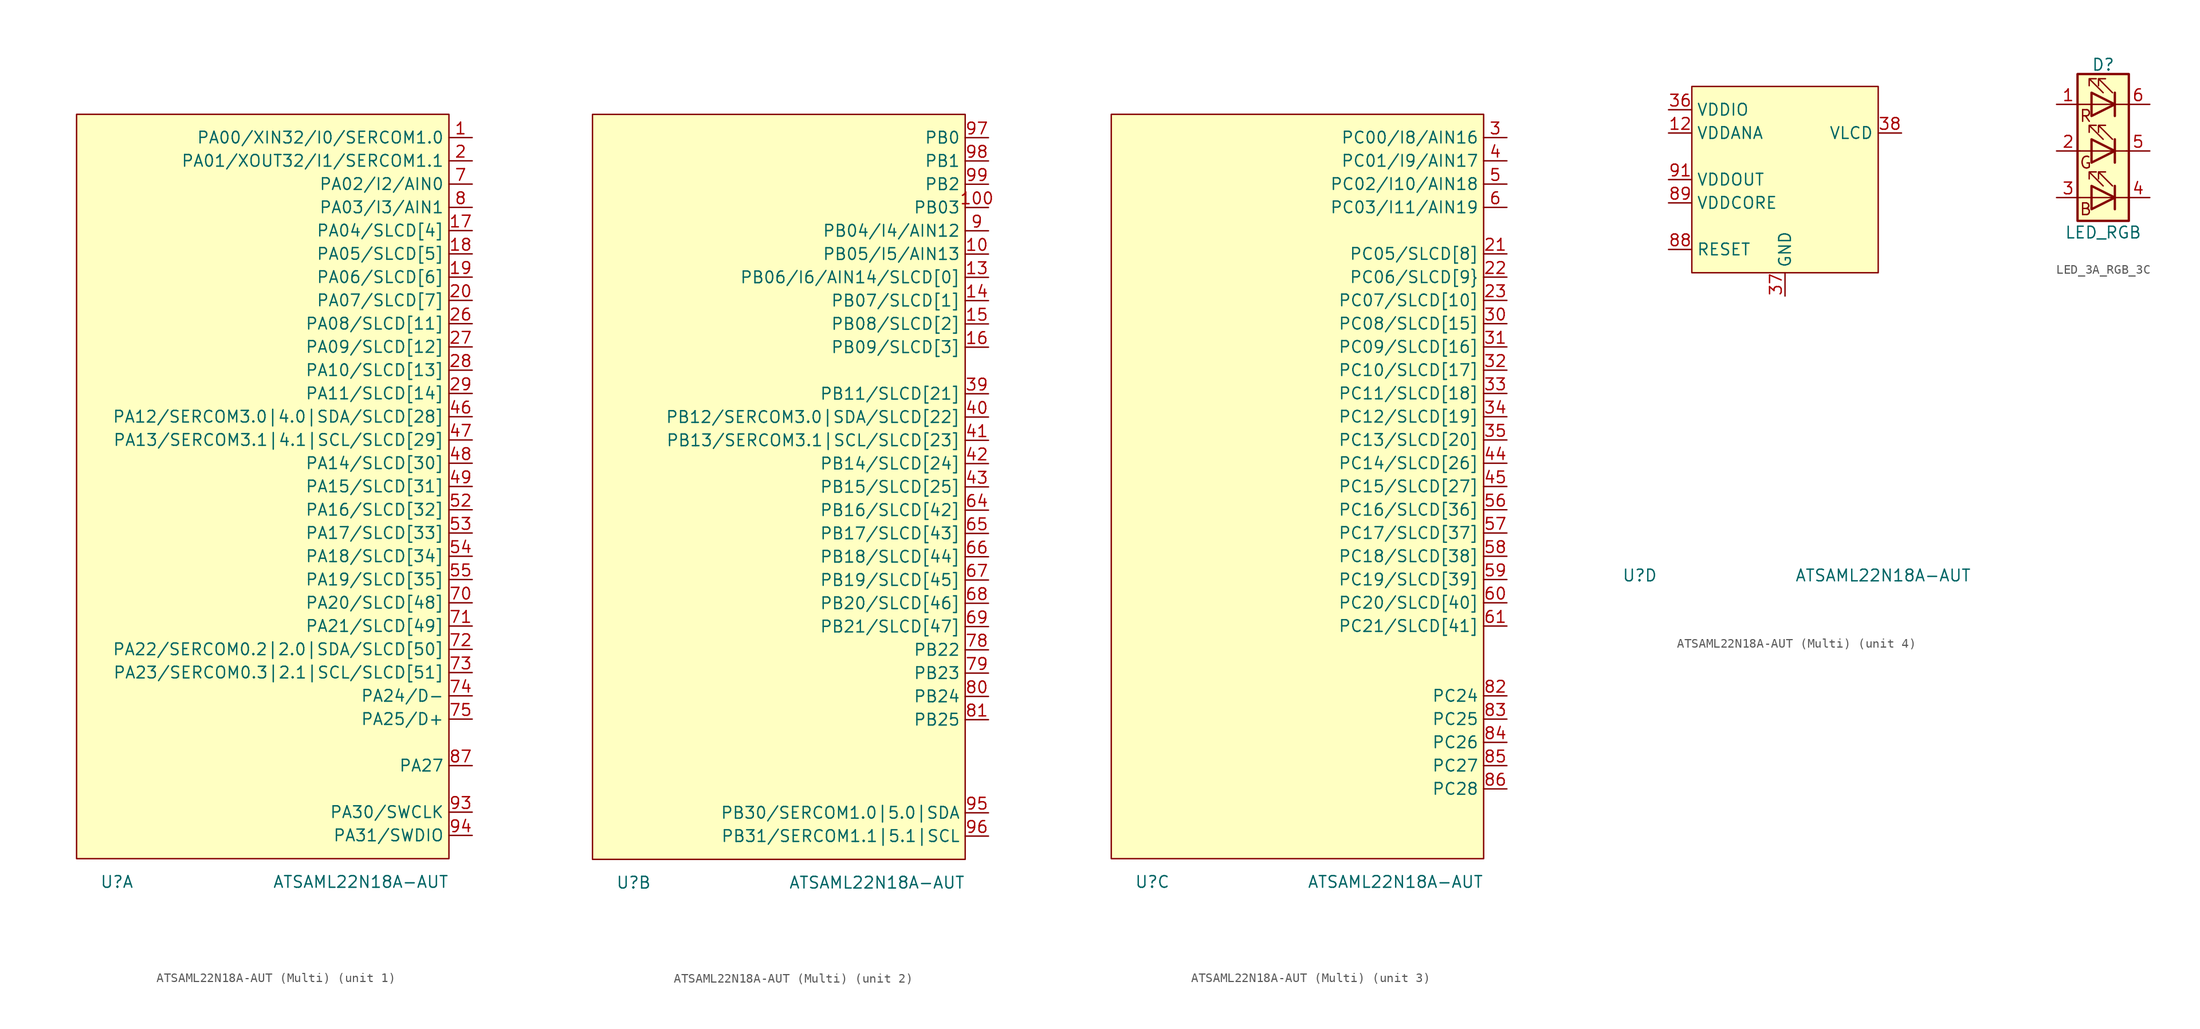
<source format=kicad_sym>
(kicad_symbol_lib
  (version 20220914)
  (generator kicad_symbol_editor)
  (symbol "ATSAML22N18A-AUT (Multi)"
    (property "Reference" "U"
      (at -17.78 -43.18 0)
      (effects (font (size 1.27 1.27)) (justify left)))
    (property "Value" "ATSAML22N18A-AUT"
      (at 20.32 -43.18 0)
      (effects (font (size 1.27 1.27)) (justify right)))
    (property "ki_locked" ""
      (at 0 0 0)
      (effects (font (size 1.27 1.27))))
    (symbol "ATSAML22N18A-AUT (Multi)_1_0"
      (pin bidirectional line (at 22.86 7.62 180) (length 2.54) (name "PA12/SERCOM3.0|4.0|SDA/SLCD[28]" (effects (font (size 1.27 1.27)))) (number "46" (effects (font (size 1.27 1.27)))))
      (pin bidirectional line (at 22.86 5.08 180) (length 2.54) (name "PA13/SERCOM3.1|4.1|SCL/SLCD[29]" (effects (font (size 1.27 1.27)))) (number "47" (effects (font (size 1.27 1.27)))))
      (pin bidirectional line (at 22.86 2.54 180) (length 2.54) (name "PA14/SLCD[30]" (effects (font (size 1.27 1.27)))) (number "48" (effects (font (size 1.27 1.27)))))
      (pin bidirectional line (at 22.86 0 180) (length 2.54) (name "PA15/SLCD[31]" (effects (font (size 1.27 1.27)))) (number "49" (effects (font (size 1.27 1.27)))))
      (pin bidirectional line (at 22.86 -2.54 180) (length 2.54) (name "PA16/SLCD[32]" (effects (font (size 1.27 1.27)))) (number "52" (effects (font (size 1.27 1.27)))))
      (pin bidirectional line (at 22.86 -5.08 180) (length 2.54) (name "PA17/SLCD[33]" (effects (font (size 1.27 1.27)))) (number "53" (effects (font (size 1.27 1.27)))))
      (pin bidirectional line (at 22.86 -7.62 180) (length 2.54) (name "PA18/SLCD[34]" (effects (font (size 1.27 1.27)))) (number "54" (effects (font (size 1.27 1.27)))))
      (pin bidirectional line (at 22.86 -10.16 180) (length 2.54) (name "PA19/SLCD[35]" (effects (font (size 1.27 1.27)))) (number "55" (effects (font (size 1.27 1.27)))))
      (pin bidirectional line (at 22.86 -12.7 180) (length 2.54) (name "PA20/SLCD[48]" (effects (font (size 1.27 1.27)))) (number "70" (effects (font (size 1.27 1.27)))))
      (pin bidirectional line (at 22.86 -15.24 180) (length 2.54) (name "PA21/SLCD[49]" (effects (font (size 1.27 1.27)))) (number "71" (effects (font (size 1.27 1.27)))))
      (pin bidirectional line (at 22.86 -17.78 180) (length 2.54) (name "PA22/SERCOM0.2|2.0|SDA/SLCD[50]" (effects (font (size 1.27 1.27)))) (number "72" (effects (font (size 1.27 1.27)))) (alternate "SDA" bidirectional line))
      (pin bidirectional line (at 22.86 -20.32 180) (length 2.54) (name "PA23/SERCOM0.3|2.1|SCL/SLCD[51]" (effects (font (size 1.27 1.27)))) (number "73" (effects (font (size 1.27 1.27)))) (alternate "SCL" bidirectional line))
      (pin bidirectional line (at 22.86 -22.86 180) (length 2.54) (name "PA24/D-" (effects (font (size 1.27 1.27)))) (number "74" (effects (font (size 1.27 1.27)))))
      (pin bidirectional line (at 22.86 -25.4 180) (length 2.54) (name "PA25/D+" (effects (font (size 1.27 1.27)))) (number "75" (effects (font (size 1.27 1.27)))))
      (pin bidirectional line (at 22.86 -30.48 180) (length 2.54) (name "PA27" (effects (font (size 1.27 1.27)))) (number "87" (effects (font (size 1.27 1.27)))))
      (pin bidirectional line (at 22.86 -35.56 180) (length 2.54) (name "PA30/SWCLK" (effects (font (size 1.27 1.27)))) (number "93" (effects (font (size 1.27 1.27)))))
      (pin bidirectional line (at 22.86 -38.1 180) (length 2.54) (name "PA31/SWDIO" (effects (font (size 1.27 1.27)))) (number "94" (effects (font (size 1.27 1.27))))))
    (symbol "ATSAML22N18A-AUT (Multi)_1_1"
      (rectangle (start -20.32 -40.64) (end 20.32 40.64) (stroke (width 0) (type default)) (fill (type background)))
      (pin bidirectional line (at 22.86 38.1 180) (length 2.54) (name "PA00/XIN32/I0/SERCOM1.0" (effects (font (size 1.27 1.27)))) (number "1" (effects (font (size 1.27 1.27)))))
      (pin bidirectional line (at 22.86 27.94 180) (length 2.54) (name "PA04/SLCD[4]" (effects (font (size 1.27 1.27)))) (number "17" (effects (font (size 1.27 1.27)))))
      (pin bidirectional line (at 22.86 25.4 180) (length 2.54) (name "PA05/SLCD[5]" (effects (font (size 1.27 1.27)))) (number "18" (effects (font (size 1.27 1.27)))))
      (pin bidirectional line (at 22.86 22.86 180) (length 2.54) (name "PA06/SLCD[6]" (effects (font (size 1.27 1.27)))) (number "19" (effects (font (size 1.27 1.27)))))
      (pin bidirectional line (at 22.86 35.56 180) (length 2.54) (name "PA01/XOUT32/I1/SERCOM1.1" (effects (font (size 1.27 1.27)))) (number "2" (effects (font (size 1.27 1.27)))))
      (pin bidirectional line (at 22.86 20.32 180) (length 2.54) (name "PA07/SLCD[7]" (effects (font (size 1.27 1.27)))) (number "20" (effects (font (size 1.27 1.27)))))
      (pin bidirectional line (at 22.86 17.78 180) (length 2.54) (name "PA08/SLCD[11]" (effects (font (size 1.27 1.27)))) (number "26" (effects (font (size 1.27 1.27)))))
      (pin bidirectional line (at 22.86 15.24 180) (length 2.54) (name "PA09/SLCD[12]" (effects (font (size 1.27 1.27)))) (number "27" (effects (font (size 1.27 1.27)))))
      (pin bidirectional line (at 22.86 12.7 180) (length 2.54) (name "PA10/SLCD[13]" (effects (font (size 1.27 1.27)))) (number "28" (effects (font (size 1.27 1.27)))))
      (pin bidirectional line (at 22.86 10.16 180) (length 2.54) (name "PA11/SLCD[14]" (effects (font (size 1.27 1.27)))) (number "29" (effects (font (size 1.27 1.27)))))
      (pin bidirectional line (at 22.86 33.02 180) (length 2.54) (name "PA02/I2/AIN0" (effects (font (size 1.27 1.27)))) (number "7" (effects (font (size 1.27 1.27)))))
      (pin bidirectional line (at 22.86 30.48 180) (length 2.54) (name "PA03/I3/AIN1" (effects (font (size 1.27 1.27)))) (number "8" (effects (font (size 1.27 1.27))))))
    (symbol "ATSAML22N18A-AUT (Multi)_2_0"
      (pin bidirectional line (at 22.86 30.48 180) (length 2.54) (name "PB03" (effects (font (size 1.27 1.27)))) (number "100" (effects (font (size 1.27 1.27)))))
      (pin bidirectional line (at 22.86 10.16 180) (length 2.54) (name "PB11/SLCD[21]" (effects (font (size 1.27 1.27)))) (number "39" (effects (font (size 1.27 1.27)))))
      (pin bidirectional line (at 22.86 7.62 180) (length 2.54) (name "PB12/SERCOM3.0|SDA/SLCD[22]" (effects (font (size 1.27 1.27)))) (number "40" (effects (font (size 1.27 1.27)))))
      (pin bidirectional line (at 22.86 5.08 180) (length 2.54) (name "PB13/SERCOM3.1|SCL/SLCD[23]" (effects (font (size 1.27 1.27)))) (number "41" (effects (font (size 1.27 1.27)))) (alternate "SCL" bidirectional line))
      (pin bidirectional line (at 22.86 2.54 180) (length 2.54) (name "PB14/SLCD[24]" (effects (font (size 1.27 1.27)))) (number "42" (effects (font (size 1.27 1.27)))))
      (pin bidirectional line (at 22.86 0 180) (length 2.54) (name "PB15/SLCD[25]" (effects (font (size 1.27 1.27)))) (number "43" (effects (font (size 1.27 1.27)))))
      (pin bidirectional line (at 22.86 -2.54 180) (length 2.54) (name "PB16/SLCD[42]" (effects (font (size 1.27 1.27)))) (number "64" (effects (font (size 1.27 1.27)))))
      (pin bidirectional line (at 22.86 -5.08 180) (length 2.54) (name "PB17/SLCD[43]" (effects (font (size 1.27 1.27)))) (number "65" (effects (font (size 1.27 1.27)))))
      (pin bidirectional line (at 22.86 -7.62 180) (length 2.54) (name "PB18/SLCD[44]" (effects (font (size 1.27 1.27)))) (number "66" (effects (font (size 1.27 1.27)))))
      (pin bidirectional line (at 22.86 -10.16 180) (length 2.54) (name "PB19/SLCD[45]" (effects (font (size 1.27 1.27)))) (number "67" (effects (font (size 1.27 1.27)))))
      (pin bidirectional line (at 22.86 -12.7 180) (length 2.54) (name "PB20/SLCD[46]" (effects (font (size 1.27 1.27)))) (number "68" (effects (font (size 1.27 1.27)))))
      (pin bidirectional line (at 22.86 -15.24 180) (length 2.54) (name "PB21/SLCD[47]" (effects (font (size 1.27 1.27)))) (number "69" (effects (font (size 1.27 1.27)))))
      (pin bidirectional line (at 22.86 -17.78 180) (length 2.54) (name "PB22" (effects (font (size 1.27 1.27)))) (number "78" (effects (font (size 1.27 1.27)))))
      (pin bidirectional line (at 22.86 -20.32 180) (length 2.54) (name "PB23" (effects (font (size 1.27 1.27)))) (number "79" (effects (font (size 1.27 1.27)))))
      (pin bidirectional line (at 22.86 -22.86 180) (length 2.54) (name "PB24" (effects (font (size 1.27 1.27)))) (number "80" (effects (font (size 1.27 1.27)))))
      (pin bidirectional line (at 22.86 -25.4 180) (length 2.54) (name "PB25" (effects (font (size 1.27 1.27)))) (number "81" (effects (font (size 1.27 1.27)))))
      (pin bidirectional line (at 22.86 -35.56 180) (length 2.54) (name "PB30/SERCOM1.0|5.0|SDA" (effects (font (size 1.27 1.27)))) (number "95" (effects (font (size 1.27 1.27)))) (alternate "SDA" bidirectional line))
      (pin bidirectional line (at 22.86 -38.1 180) (length 2.54) (name "PB31/SERCOM1.1|5.1|SCL" (effects (font (size 1.27 1.27)))) (number "96" (effects (font (size 1.27 1.27)))) (alternate "SCL" output line))
      (pin bidirectional line (at 22.86 38.1 180) (length 2.54) (name "PB0" (effects (font (size 1.27 1.27)))) (number "97" (effects (font (size 1.27 1.27)))))
      (pin bidirectional line (at 22.86 35.56 180) (length 2.54) (name "PB1" (effects (font (size 1.27 1.27)))) (number "98" (effects (font (size 1.27 1.27)))))
      (pin bidirectional line (at 22.86 33.02 180) (length 2.54) (name "PB2" (effects (font (size 1.27 1.27)))) (number "99" (effects (font (size 1.27 1.27))))))
    (symbol "ATSAML22N18A-AUT (Multi)_2_1"
      (rectangle (start -20.32 40.64) (end 20.32 -40.64) (stroke (width 0) (type default)) (fill (type background)))
      (pin bidirectional line (at 22.86 25.4 180) (length 2.54) (name "PB05/I5/AIN13" (effects (font (size 1.27 1.27)))) (number "10" (effects (font (size 1.27 1.27)))))
      (pin bidirectional line (at 22.86 22.86 180) (length 2.54) (name "PB06/I6/AIN14/SLCD[0]" (effects (font (size 1.27 1.27)))) (number "13" (effects (font (size 1.27 1.27)))))
      (pin bidirectional line (at 22.86 20.32 180) (length 2.54) (name "PB07/SLCD[1]" (effects (font (size 1.27 1.27)))) (number "14" (effects (font (size 1.27 1.27)))))
      (pin bidirectional line (at 22.86 17.78 180) (length 2.54) (name "PB08/SLCD[2]" (effects (font (size 1.27 1.27)))) (number "15" (effects (font (size 1.27 1.27)))))
      (pin bidirectional line (at 22.86 15.24 180) (length 2.54) (name "PB09/SLCD[3]" (effects (font (size 1.27 1.27)))) (number "16" (effects (font (size 1.27 1.27)))))
      (pin bidirectional line (at 22.86 27.94 180) (length 2.54) (name "PB04/I4/AIN12" (effects (font (size 1.27 1.27)))) (number "9" (effects (font (size 1.27 1.27))))))
    (symbol "ATSAML22N18A-AUT (Multi)_3_0"
      (pin bidirectional line (at 22.86 38.1 180) (length 2.54) (name "PC00/I8/AIN16" (effects (font (size 1.27 1.27)))) (number "3" (effects (font (size 1.27 1.27)))))
      (pin bidirectional line (at 22.86 10.16 180) (length 2.54) (name "PC11/SLCD[18]" (effects (font (size 1.27 1.27)))) (number "33" (effects (font (size 1.27 1.27)))))
      (pin bidirectional line (at 22.86 7.62 180) (length 2.54) (name "PC12/SLCD[19]" (effects (font (size 1.27 1.27)))) (number "34" (effects (font (size 1.27 1.27)))))
      (pin bidirectional line (at 22.86 5.08 180) (length 2.54) (name "PC13/SLCD[20]" (effects (font (size 1.27 1.27)))) (number "35" (effects (font (size 1.27 1.27)))))
      (pin bidirectional line (at 22.86 2.54 180) (length 2.54) (name "PC14/SLCD[26]" (effects (font (size 1.27 1.27)))) (number "44" (effects (font (size 1.27 1.27)))))
      (pin bidirectional line (at 22.86 0 180) (length 2.54) (name "PC15/SLCD[27]" (effects (font (size 1.27 1.27)))) (number "45" (effects (font (size 1.27 1.27)))))
      (pin bidirectional line (at 22.86 -2.54 180) (length 2.54) (name "PC16/SLCD[36]" (effects (font (size 1.27 1.27)))) (number "56" (effects (font (size 1.27 1.27)))))
      (pin bidirectional line (at 22.86 -5.08 180) (length 2.54) (name "PC17/SLCD[37]" (effects (font (size 1.27 1.27)))) (number "57" (effects (font (size 1.27 1.27)))))
      (pin bidirectional line (at 22.86 -7.62 180) (length 2.54) (name "PC18/SLCD[38]" (effects (font (size 1.27 1.27)))) (number "58" (effects (font (size 1.27 1.27)))))
      (pin bidirectional line (at 22.86 -10.16 180) (length 2.54) (name "PC19/SLCD[39]" (effects (font (size 1.27 1.27)))) (number "59" (effects (font (size 1.27 1.27)))))
      (pin bidirectional line (at 22.86 -12.7 180) (length 2.54) (name "PC20/SLCD[40]" (effects (font (size 1.27 1.27)))) (number "60" (effects (font (size 1.27 1.27)))))
      (pin bidirectional line (at 22.86 -15.24 180) (length 2.54) (name "PC21/SLCD[41]" (effects (font (size 1.27 1.27)))) (number "61" (effects (font (size 1.27 1.27)))))
      (pin bidirectional line (at 22.86 -22.86 180) (length 2.54) (name "PC24" (effects (font (size 1.27 1.27)))) (number "82" (effects (font (size 1.27 1.27)))))
      (pin bidirectional line (at 22.86 -25.4 180) (length 2.54) (name "PC25" (effects (font (size 1.27 1.27)))) (number "83" (effects (font (size 1.27 1.27)))))
      (pin bidirectional line (at 22.86 -27.94 180) (length 2.54) (name "PC26" (effects (font (size 1.27 1.27)))) (number "84" (effects (font (size 1.27 1.27)))))
      (pin bidirectional line (at 22.86 -30.48 180) (length 2.54) (name "PC27" (effects (font (size 1.27 1.27)))) (number "85" (effects (font (size 1.27 1.27)))))
      (pin bidirectional line (at 22.86 -33.02 180) (length 2.54) (name "PC28" (effects (font (size 1.27 1.27)))) (number "86" (effects (font (size 1.27 1.27))))))
    (symbol "ATSAML22N18A-AUT (Multi)_3_1"
      (rectangle (start -20.32 40.64) (end 20.32 -40.64) (stroke (width 0) (type default)) (fill (type background)))
      (pin bidirectional line (at 22.86 25.4 180) (length 2.54) (name "PC05/SLCD[8]" (effects (font (size 1.27 1.27)))) (number "21" (effects (font (size 1.27 1.27)))))
      (pin bidirectional line (at 22.86 22.86 180) (length 2.54) (name "PC06/SLCD[9}" (effects (font (size 1.27 1.27)))) (number "22" (effects (font (size 1.27 1.27)))))
      (pin bidirectional line (at 22.86 20.32 180) (length 2.54) (name "PC07/SLCD[10]" (effects (font (size 1.27 1.27)))) (number "23" (effects (font (size 1.27 1.27)))))
      (pin bidirectional line (at 22.86 17.78 180) (length 2.54) (name "PC08/SLCD[15]" (effects (font (size 1.27 1.27)))) (number "30" (effects (font (size 1.27 1.27)))))
      (pin bidirectional line (at 22.86 15.24 180) (length 2.54) (name "PC09/SLCD[16]" (effects (font (size 1.27 1.27)))) (number "31" (effects (font (size 1.27 1.27)))))
      (pin bidirectional line (at 22.86 12.7 180) (length 2.54) (name "PC10/SLCD[17]" (effects (font (size 1.27 1.27)))) (number "32" (effects (font (size 1.27 1.27)))))
      (pin bidirectional line (at 22.86 35.56 180) (length 2.54) (name "PC01/I9/AIN17" (effects (font (size 1.27 1.27)))) (number "4" (effects (font (size 1.27 1.27)))))
      (pin bidirectional line (at 22.86 33.02 180) (length 2.54) (name "PC02/I10/AIN18" (effects (font (size 1.27 1.27)))) (number "5" (effects (font (size 1.27 1.27)))))
      (pin bidirectional line (at 22.86 30.48 180) (length 2.54) (name "PC03/I11/AIN19" (effects (font (size 1.27 1.27)))) (number "6" (effects (font (size 1.27 1.27))))))
    (symbol "ATSAML22N18A-AUT (Multi)_4_0"
      (pin power_in line (at -12.7 7.62 0) (length 2.54) (name "VDDIO" (effects (font (size 1.27 1.27)))) (number "36" (effects (font (size 1.27 1.27)))))
      (pin passive line (at 0 -12.7 90) (length 2.54) (name "GND" (effects (font (size 1.27 1.27)))) (number "37" (effects (font (size 1.27 1.27)))))
      (pin passive line (at 12.7 5.08 180) (length 2.54) (name "VLCD" (effects (font (size 1.27 1.27)))) (number "38" (effects (font (size 1.27 1.27)))))
      (pin passive line (at 0 -12.7 90) (length 2.54) hide (name "GND" (effects (font (size 1.27 1.27)))) (number "50" (effects (font (size 1.27 1.27)))))
      (pin power_in line (at -12.7 7.62 0) (length 2.54) hide (name "VDDIO" (effects (font (size 1.27 1.27)))) (number "51" (effects (font (size 1.27 1.27)))))
      (pin passive line (at 0 -12.7 90) (length 2.54) hide (name "GND" (effects (font (size 1.27 1.27)))) (number "62" (effects (font (size 1.27 1.27)))))
      (pin power_in line (at -12.7 7.62 0) (length 2.54) hide (name "VDDIO" (effects (font (size 1.27 1.27)))) (number "63" (effects (font (size 1.27 1.27)))))
      (pin passive line (at 0 -12.7 90) (length 2.54) hide (name "GND" (effects (font (size 1.27 1.27)))) (number "76" (effects (font (size 1.27 1.27)))))
      (pin power_in line (at -12.7 7.62 0) (length 2.54) hide (name "VDDIO" (effects (font (size 1.27 1.27)))) (number "77" (effects (font (size 1.27 1.27)))))
      (pin input line (at -12.7 -7.62 0) (length 2.54) (name "RESET" (effects (font (size 1.27 1.27)))) (number "88" (effects (font (size 1.27 1.27)))))
      (pin power_in line (at -12.7 -2.54 0) (length 2.54) (name "VDDCORE" (effects (font (size 1.27 1.27)))) (number "89" (effects (font (size 1.27 1.27)))))
      (pin passive line (at 0 -12.7 90) (length 2.54) hide (name "GND" (effects (font (size 1.27 1.27)))) (number "90" (effects (font (size 1.27 1.27)))))
      (pin power_out line (at -12.7 0 0) (length 2.54) (name "VDDOUT" (effects (font (size 1.27 1.27)))) (number "91" (effects (font (size 1.27 1.27)))))
      (pin power_in line (at -12.7 7.62 0) (length 2.54) hide (name "VDDIO" (effects (font (size 1.27 1.27)))) (number "92" (effects (font (size 1.27 1.27))))))
    (symbol "ATSAML22N18A-AUT (Multi)_4_1"
      (rectangle (start -10.16 10.16) (end 10.16 -10.16) (stroke (width 0) (type default)) (fill (type background)))
      (pin passive line (at 0 -12.7 90) (length 2.54) hide (name "GND" (effects (font (size 1.27 1.27)))) (number "11" (effects (font (size 1.27 1.27)))))
      (pin power_in line (at -12.7 5.08 0) (length 2.54) (name "VDDANA" (effects (font (size 1.27 1.27)))) (number "12" (effects (font (size 1.27 1.27)))))
      (pin passive line (at 0 -12.7 90) (length 2.54) hide (name "GND" (effects (font (size 1.27 1.27)))) (number "24" (effects (font (size 1.27 1.27)))))
      (pin power_in line (at -12.7 5.08 0) (length 2.54) hide (name "VDDANA" (effects (font (size 1.27 1.27)))) (number "25" (effects (font (size 1.27 1.27)))))))
  (symbol "LED_3A_RGB_3C"
    (pin_names
      (offset 0) hide)
    (property "Reference" "D"
      (at 0 9.398 0)
      (effects (font (size 1.27 1.27))))
    (property "Value" "LED_RGB"
      (at 0 -8.89 0)
      (effects (font (size 1.27 1.27))))
    (symbol "LED_3A_RGB_3C_0_0"
      (text "B" (at -1.905 -6.35 0) (effects (font (size 1.27 1.27))))
      (text "G" (at -1.905 -1.27 0) (effects (font (size 1.27 1.27))))
      (text "R" (at -1.905 3.81 0) (effects (font (size 1.27 1.27)))))
    (symbol "LED_3A_RGB_3C_0_1"
      (rectangle (start -2.794 8.382) (end 2.794 -7.62) (stroke (width 0.254) (type default)) (fill (type background)))
      (polyline (pts (xy -1.27 -5.08) (xy -2.54 -5.08)) (stroke (width 0) (type default)) (fill (type none)))
      (polyline (pts (xy -1.27 -5.08) (xy 1.27 -5.08)) (stroke (width 0) (type default)) (fill (type none)))
      (polyline (pts (xy -1.27 0) (xy -2.54 0)) (stroke (width 0) (type default)) (fill (type none)))
      (polyline (pts (xy -1.27 5.08) (xy -2.54 5.08)) (stroke (width 0) (type default)) (fill (type none)))
      (polyline (pts (xy -1.27 5.08) (xy 1.27 5.08)) (stroke (width 0) (type default)) (fill (type none)))
      (polyline (pts (xy 1.27 -5.08) (xy 2.54 -5.08)) (stroke (width 0) (type default)) (fill (type none)))
      (polyline (pts (xy 1.27 -3.81) (xy 1.27 -6.35)) (stroke (width 0.254) (type default)) (fill (type none)))
      (polyline (pts (xy 1.27 0) (xy -1.27 0)) (stroke (width 0) (type default)) (fill (type none)))
      (polyline (pts (xy 1.27 0) (xy 2.54 0)) (stroke (width 0) (type default)) (fill (type none)))
      (polyline (pts (xy 1.27 1.27) (xy 1.27 -1.27)) (stroke (width 0.254) (type default)) (fill (type none)))
      (polyline (pts (xy 1.27 5.08) (xy 2.54 5.08)) (stroke (width 0) (type default)) (fill (type none)))
      (polyline (pts (xy 1.27 6.35) (xy 1.27 3.81)) (stroke (width 0.254) (type default)) (fill (type none)))
      (polyline (pts (xy -1.27 1.27) (xy -1.27 -1.27) (xy -1.27 -1.27)) (stroke (width 0) (type default)) (fill (type none)))
      (polyline (pts (xy -1.27 6.35) (xy -1.27 3.81) (xy -1.27 3.81)) (stroke (width 0) (type default)) (fill (type none)))
      (polyline (pts (xy -1.27 -3.81) (xy -1.27 -6.35) (xy 1.27 -5.08) (xy -1.27 -3.81)) (stroke (width 0.254) (type default)) (fill (type none)))
      (polyline (pts (xy -1.27 1.27) (xy -1.27 -1.27) (xy 1.27 0) (xy -1.27 1.27)) (stroke (width 0.254) (type default)) (fill (type none)))
      (polyline (pts (xy -1.27 6.35) (xy -1.27 3.81) (xy 1.27 5.08) (xy -1.27 6.35)) (stroke (width 0.254) (type default)) (fill (type none)))
      (polyline (pts (xy 0 -3.81) (xy -1.524 -2.286) (xy -0.762 -2.286) (xy -1.524 -2.286) (xy -1.524 -3.048)) (stroke (width 0) (type default)) (fill (type none)))
      (polyline (pts (xy 0 1.27) (xy -1.524 2.794) (xy -0.762 2.794) (xy -1.524 2.794) (xy -1.524 2.032)) (stroke (width 0) (type default)) (fill (type none)))
      (polyline (pts (xy 0 6.35) (xy -1.524 7.874) (xy -0.762 7.874) (xy -1.524 7.874) (xy -1.524 7.112)) (stroke (width 0) (type default)) (fill (type none)))
      (polyline (pts (xy 1.016 -3.81) (xy -0.508 -2.286) (xy 0.254 -2.286) (xy -0.508 -2.286) (xy -0.508 -3.048)) (stroke (width 0) (type default)) (fill (type none)))
      (polyline (pts (xy 1.016 1.27) (xy -0.508 2.794) (xy 0.254 2.794) (xy -0.508 2.794) (xy -0.508 2.032)) (stroke (width 0) (type default)) (fill (type none)))
      (polyline (pts (xy 1.016 6.35) (xy -0.508 7.874) (xy 0.254 7.874) (xy -0.508 7.874) (xy -0.508 7.112)) (stroke (width 0) (type default)) (fill (type none)))
      (rectangle (start 1.27 -1.27) (end 1.27 1.27) (stroke (width 0) (type default)) (fill (type none)))
      (rectangle (start 1.27 1.27) (end 1.27 1.27) (stroke (width 0) (type default)) (fill (type none)))
      (rectangle (start 1.27 3.81) (end 1.27 6.35) (stroke (width 0) (type default)) (fill (type none)))
      (rectangle (start 1.27 6.35) (end 1.27 6.35) (stroke (width 0) (type default)) (fill (type none))))
    (symbol "LED_3A_RGB_3C_1_1"
      (pin passive line (at -5.08 5.08 0) (length 2.54) (name "RK" (effects (font (size 1.27 1.27)))) (number "1" (effects (font (size 1.27 1.27)))))
      (pin passive line (at -5.08 0 0) (length 2.54) (name "GK" (effects (font (size 1.27 1.27)))) (number "2" (effects (font (size 1.27 1.27)))))
      (pin passive line (at -5.08 -5.08 0) (length 2.54) (name "BK" (effects (font (size 1.27 1.27)))) (number "3" (effects (font (size 1.27 1.27)))))
      (pin passive line (at 5.08 -5.08 180) (length 2.54) (name "BA" (effects (font (size 1.27 1.27)))) (number "4" (effects (font (size 1.27 1.27)))))
      (pin passive line (at 5.08 0 180) (length 2.54) (name "GA" (effects (font (size 1.27 1.27)))) (number "5" (effects (font (size 1.27 1.27)))))
      (pin passive line (at 5.08 5.08 180) (length 2.54) (name "RA" (effects (font (size 1.27 1.27)))) (number "6" (effects (font (size 1.27 1.27))))))))
</source>
